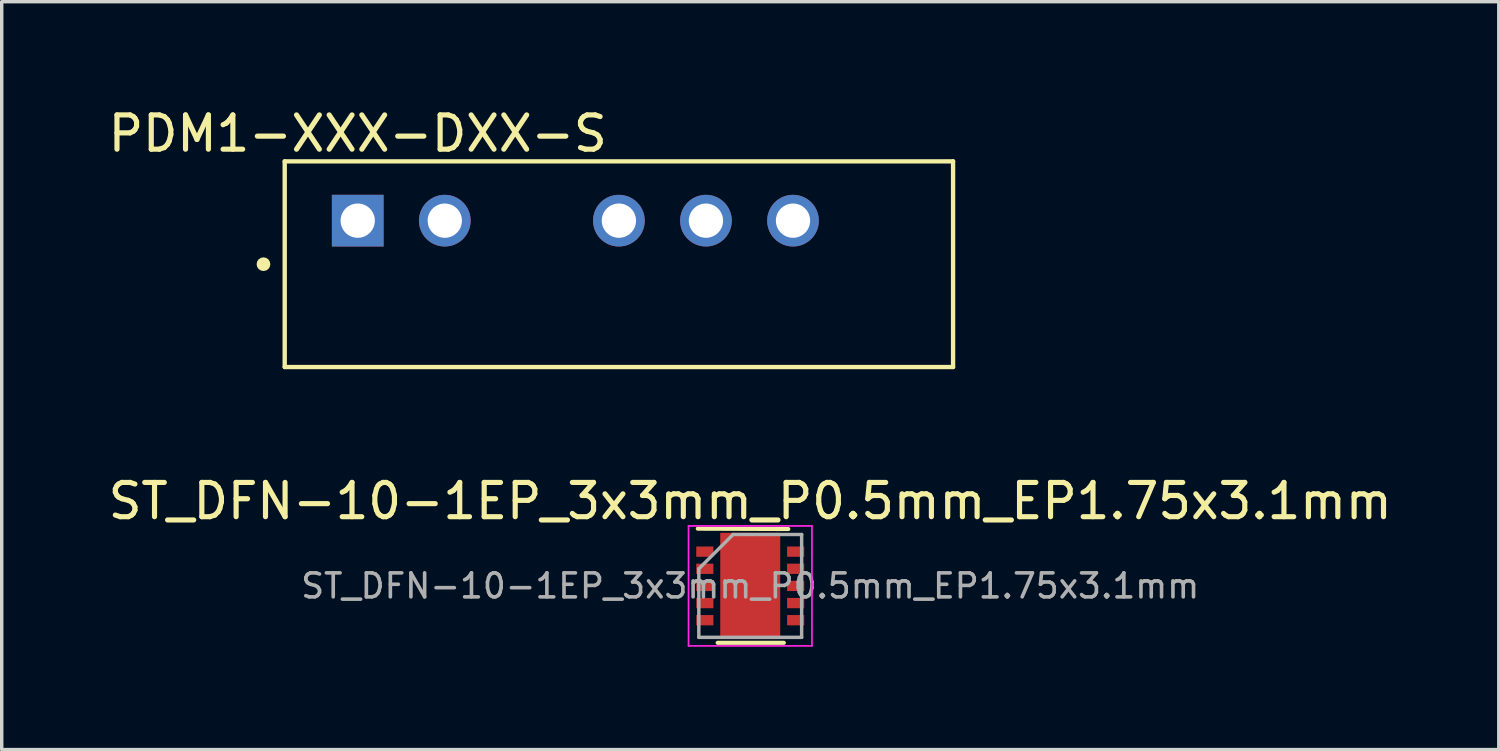
<source format=kicad_pcb>
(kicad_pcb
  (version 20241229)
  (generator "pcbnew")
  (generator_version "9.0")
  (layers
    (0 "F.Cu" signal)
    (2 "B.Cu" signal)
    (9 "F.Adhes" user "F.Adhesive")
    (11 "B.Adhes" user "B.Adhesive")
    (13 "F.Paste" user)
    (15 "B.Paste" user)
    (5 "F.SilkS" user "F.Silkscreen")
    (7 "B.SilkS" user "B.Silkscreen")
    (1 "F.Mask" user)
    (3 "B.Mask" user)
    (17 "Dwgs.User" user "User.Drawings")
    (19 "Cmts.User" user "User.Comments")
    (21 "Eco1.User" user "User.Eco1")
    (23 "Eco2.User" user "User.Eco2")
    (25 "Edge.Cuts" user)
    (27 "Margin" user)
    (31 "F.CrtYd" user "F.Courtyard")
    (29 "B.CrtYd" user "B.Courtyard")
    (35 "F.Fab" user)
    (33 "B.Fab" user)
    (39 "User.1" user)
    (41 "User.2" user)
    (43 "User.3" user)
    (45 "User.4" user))
  (footprint "PDM1-XXX-DXX-S"
    (layer "F.Cu")
    (at 15.007 4.658)
    (property "Reference" "PDM1-XXX-DXX-S" (at -7.62 -3.81 0) (layer "F.SilkS") (effects (font (size 1 1) (thickness 0.15))))
    (attr through_hole)
    (fp_line (start -9.75 -3) (end 9.75 -3) (stroke (width 0.127) (type solid)) (layer "F.SilkS"))
    (fp_line (start -9.75 3) (end -9.75 -3) (stroke (width 0.127) (type solid)) (layer "F.SilkS"))
    (fp_line (start 9.75 -3) (end 9.75 3) (stroke (width 0.127) (type solid)) (layer "F.SilkS"))
    (fp_line (start 9.75 3) (end -9.75 3) (stroke (width 0.127) (type solid)) (layer "F.SilkS"))
    (fp_circle (center -10.37 0) (end -10.27 0) (stroke (width 0.2) (type solid)) (fill no) (layer "F.SilkS"))
    (pad "1" thru_hole rect (at -7.62 -1.27) (size 1.508 1.508) (drill 1) (layers "*.Cu" "*.Mask"))
    (pad "2" thru_hole circle (at -5.08 -1.27) (size 1.508 1.508) (drill 1) (layers "*.Cu" "*.Mask"))
    (pad "4" thru_hole circle (at 0 -1.27) (size 1.508 1.508) (drill 1) (layers "*.Cu" "*.Mask"))
    (pad "5" thru_hole circle (at 2.54 -1.27) (size 1.508 1.508) (drill 1) (layers "*.Cu" "*.Mask"))
    (pad "6" thru_hole circle (at 5.08 -1.27) (size 1.508 1.508) (drill 1) (layers "*.Cu" "*.Mask")))
  (footprint "ST_DFN-10-1EP_3x3mm_P0.5mm_EP1.75x3.1mm"
    (layer "F.Cu")
    (at 18.839 14.045)
    (property "Reference" "ST_DFN-10-1EP_3x3mm_P0.5mm_EP1.75x3.1mm" (at 0 -2.475 0) (layer "F.SilkS") (effects (font (size 1 1) (thickness 0.15))))
    (attr smd)
    (fp_line (start -1.53 -1.67) (end 1.11 -1.66) (stroke (width 0.12) (type solid)) (layer "F.SilkS"))
    (fp_line (start -0.95 1.66) (end 0.98 1.66) (stroke (width 0.12) (type solid)) (layer "F.SilkS"))
    (fp_line (start -1.8 -1.75) (end -1.8 1.75) (stroke (width 0.05) (type solid)) (layer "F.CrtYd"))
    (fp_line (start -1.8 -1.75) (end 1.8 -1.75) (stroke (width 0.05) (type solid)) (layer "F.CrtYd"))
    (fp_line (start -1.8 1.75) (end 1.8 1.75) (stroke (width 0.05) (type solid)) (layer "F.CrtYd"))
    (fp_line (start 1.8 -1.75) (end 1.8 1.75) (stroke (width 0.05) (type solid)) (layer "F.CrtYd"))
    (fp_line (start -1.5 -0.5) (end -0.5 -1.5) (stroke (width 0.1) (type solid)) (layer "F.Fab"))
    (fp_line (start -1.5 1.5) (end -1.5 -0.5) (stroke (width 0.1) (type solid)) (layer "F.Fab"))
    (fp_line (start -0.5 -1.5) (end 1.5 -1.5) (stroke (width 0.1) (type solid)) (layer "F.Fab"))
    (fp_line (start 1.5 -1.5) (end 1.5 1.5) (stroke (width 0.1) (type solid)) (layer "F.Fab"))
    (fp_line (start 1.5 1.5) (end -1.5 1.5) (stroke (width 0.1) (type solid)) (layer "F.Fab"))
    (fp_text user "${REFERENCE}" (at 0 0 0) (layer "F.Fab") (effects (font (size 0.7 0.7) (thickness 0.105))))
    (pad "" smd rect (at -0.388 -0.62) (size 0.6 1.05) (layers "F.Paste"))
    (pad "" smd rect (at -0.388 0.62) (size 0.6 1.05) (layers "F.Paste"))
    (pad "" smd rect (at 0.388 -0.62) (size 0.6 1.05) (layers "F.Paste"))
    (pad "" smd rect (at 0.388 0.62) (size 0.6 1.05) (layers "F.Paste"))
    (pad "1" smd rect (at -1.325 -1) (size 0.5 0.3) (layers "F.Cu" "F.Mask" "F.Paste"))
    (pad "2" smd rect (at -1.325 -0.5) (size 0.5 0.3) (layers "F.Cu" "F.Mask" "F.Paste"))
    (pad "3" smd rect (at -1.325 0) (size 0.5 0.3) (layers "F.Cu" "F.Mask" "F.Paste"))
    (pad "4" smd rect (at -1.325 0.5) (size 0.5 0.3) (layers "F.Cu" "F.Mask" "F.Paste"))
    (pad "5" smd rect (at -1.325 1) (size 0.5 0.3) (layers "F.Cu" "F.Mask" "F.Paste"))
    (pad "6" smd rect (at 1.325 1) (size 0.5 0.3) (layers "F.Cu" "F.Mask" "F.Paste"))
    (pad "7" smd rect (at 1.325 0.5) (size 0.5 0.3) (layers "F.Cu" "F.Mask" "F.Paste"))
    (pad "8" smd rect (at 1.325 0) (size 0.5 0.3) (layers "F.Cu" "F.Mask" "F.Paste"))
    (pad "9" smd rect (at 1.325 -0.5) (size 0.5 0.3) (layers "F.Cu" "F.Mask" "F.Paste"))
    (pad "10" smd rect (at 1.325 -1) (size 0.5 0.3) (layers "F.Cu" "F.Mask" "F.Paste"))
    (pad "11" smd rect (at 0 0) (size 1.75 3.1) (layers "F.Cu" "F.Mask")))
  (gr_rect
    (start -3 -3)
    (end 40.679 18.82)
    (stroke (width 0.1) (type default))
    (fill no)
    (layer "Edge.Cuts")))
</source>
